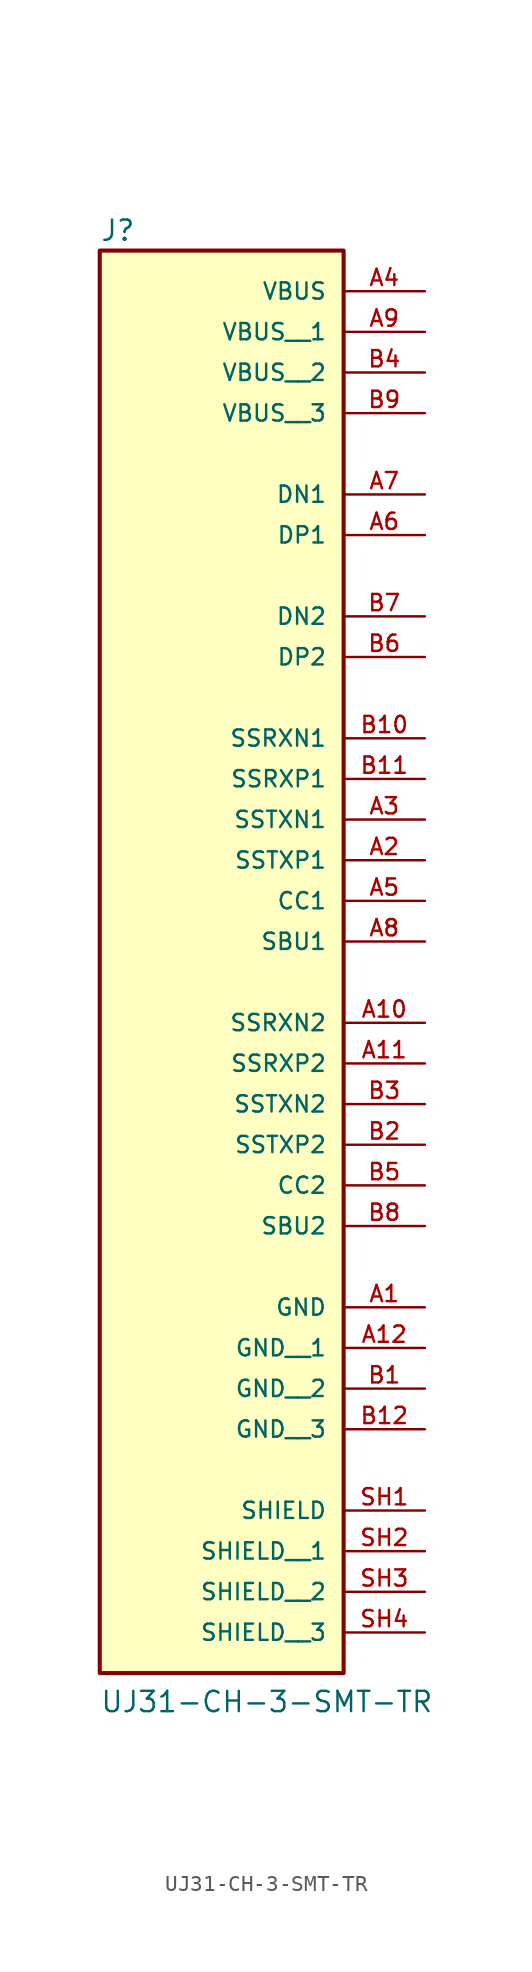
<source format=kicad_sym>
(kicad_symbol_lib
  (version 20211014)
  (generator kicad_symbol_editor)
  (symbol "UJ31-CH-3-SMT-TR"
    (pin_names
      (offset 1.016))
    (property "Reference" "J"
      (at -7.62 33.528 0)
      (effects (font (size 1.27 1.27)) (justify bottom left)))
    (property "Value" "UJ31-CH-3-SMT-TR"
      (at -7.62 -58.42 0)
      (effects (font (size 1.27 1.27)) (justify bottom left)))
    (symbol "UJ31-CH-3-SMT-TR_0_0"
      (rectangle (start -7.62 -55.88) (end 7.62 33.02) (stroke (width 0.254)) (fill (type background)))
      (pin power_in line (at 12.7 30.48 180.0) (length 5.08) (name "VBUS" (effects (font (size 1.016 1.016)))) (number "A4" (effects (font (size 1.016 1.016)))))
      (pin power_in line (at 12.7 -45.72 180.0) (length 5.08) (name "SHIELD" (effects (font (size 1.016 1.016)))) (number "SH1" (effects (font (size 1.016 1.016)))))
      (pin bidirectional line (at 12.7 17.78 180.0) (length 5.08) (name "DN1" (effects (font (size 1.016 1.016)))) (number "A7" (effects (font (size 1.016 1.016)))))
      (pin bidirectional line (at 12.7 15.24 180.0) (length 5.08) (name "DP1" (effects (font (size 1.016 1.016)))) (number "A6" (effects (font (size 1.016 1.016)))))
      (pin bidirectional line (at 12.7 10.16 180.0) (length 5.08) (name "DN2" (effects (font (size 1.016 1.016)))) (number "B7" (effects (font (size 1.016 1.016)))))
      (pin bidirectional line (at 12.7 7.62 180.0) (length 5.08) (name "DP2" (effects (font (size 1.016 1.016)))) (number "B6" (effects (font (size 1.016 1.016)))))
      (pin power_in line (at 12.7 -33.02 180.0) (length 5.08) (name "GND" (effects (font (size 1.016 1.016)))) (number "A1" (effects (font (size 1.016 1.016)))))
      (pin bidirectional line (at 12.7 2.54 180.0) (length 5.08) (name "SSRXN1" (effects (font (size 1.016 1.016)))) (number "B10" (effects (font (size 1.016 1.016)))))
      (pin bidirectional line (at 12.7 0.0 180.0) (length 5.08) (name "SSRXP1" (effects (font (size 1.016 1.016)))) (number "B11" (effects (font (size 1.016 1.016)))))
      (pin bidirectional line (at 12.7 -2.54 180.0) (length 5.08) (name "SSTXN1" (effects (font (size 1.016 1.016)))) (number "A3" (effects (font (size 1.016 1.016)))))
      (pin bidirectional line (at 12.7 -5.08 180.0) (length 5.08) (name "SSTXP1" (effects (font (size 1.016 1.016)))) (number "A2" (effects (font (size 1.016 1.016)))))
      (pin bidirectional line (at 12.7 -7.62 180.0) (length 5.08) (name "CC1" (effects (font (size 1.016 1.016)))) (number "A5" (effects (font (size 1.016 1.016)))))
      (pin bidirectional line (at 12.7 -10.16 180.0) (length 5.08) (name "SBU1" (effects (font (size 1.016 1.016)))) (number "A8" (effects (font (size 1.016 1.016)))))
      (pin bidirectional line (at 12.7 -15.24 180.0) (length 5.08) (name "SSRXN2" (effects (font (size 1.016 1.016)))) (number "A10" (effects (font (size 1.016 1.016)))))
      (pin bidirectional line (at 12.7 -17.78 180.0) (length 5.08) (name "SSRXP2" (effects (font (size 1.016 1.016)))) (number "A11" (effects (font (size 1.016 1.016)))))
      (pin bidirectional line (at 12.7 -20.32 180.0) (length 5.08) (name "SSTXN2" (effects (font (size 1.016 1.016)))) (number "B3" (effects (font (size 1.016 1.016)))))
      (pin bidirectional line (at 12.7 -22.86 180.0) (length 5.08) (name "SSTXP2" (effects (font (size 1.016 1.016)))) (number "B2" (effects (font (size 1.016 1.016)))))
      (pin bidirectional line (at 12.7 -25.4 180.0) (length 5.08) (name "CC2" (effects (font (size 1.016 1.016)))) (number "B5" (effects (font (size 1.016 1.016)))))
      (pin bidirectional line (at 12.7 -27.94 180.0) (length 5.08) (name "SBU2" (effects (font (size 1.016 1.016)))) (number "B8" (effects (font (size 1.016 1.016)))))
      (pin power_in line (at 12.7 27.94 180.0) (length 5.08) (name "VBUS__1" (effects (font (size 1.016 1.016)))) (number "A9" (effects (font (size 1.016 1.016)))))
      (pin power_in line (at 12.7 25.4 180.0) (length 5.08) (name "VBUS__2" (effects (font (size 1.016 1.016)))) (number "B4" (effects (font (size 1.016 1.016)))))
      (pin power_in line (at 12.7 22.86 180.0) (length 5.08) (name "VBUS__3" (effects (font (size 1.016 1.016)))) (number "B9" (effects (font (size 1.016 1.016)))))
      (pin power_in line (at 12.7 -35.56 180.0) (length 5.08) (name "GND__1" (effects (font (size 1.016 1.016)))) (number "A12" (effects (font (size 1.016 1.016)))))
      (pin power_in line (at 12.7 -38.1 180.0) (length 5.08) (name "GND__2" (effects (font (size 1.016 1.016)))) (number "B1" (effects (font (size 1.016 1.016)))))
      (pin power_in line (at 12.7 -40.64 180.0) (length 5.08) (name "GND__3" (effects (font (size 1.016 1.016)))) (number "B12" (effects (font (size 1.016 1.016)))))
      (pin power_in line (at 12.7 -48.26 180.0) (length 5.08) (name "SHIELD__1" (effects (font (size 1.016 1.016)))) (number "SH2" (effects (font (size 1.016 1.016)))))
      (pin power_in line (at 12.7 -50.8 180.0) (length 5.08) (name "SHIELD__2" (effects (font (size 1.016 1.016)))) (number "SH3" (effects (font (size 1.016 1.016)))))
      (pin power_in line (at 12.7 -53.34 180.0) (length 5.08) (name "SHIELD__3" (effects (font (size 1.016 1.016)))) (number "SH4" (effects (font (size 1.016 1.016))))))))
</source>
